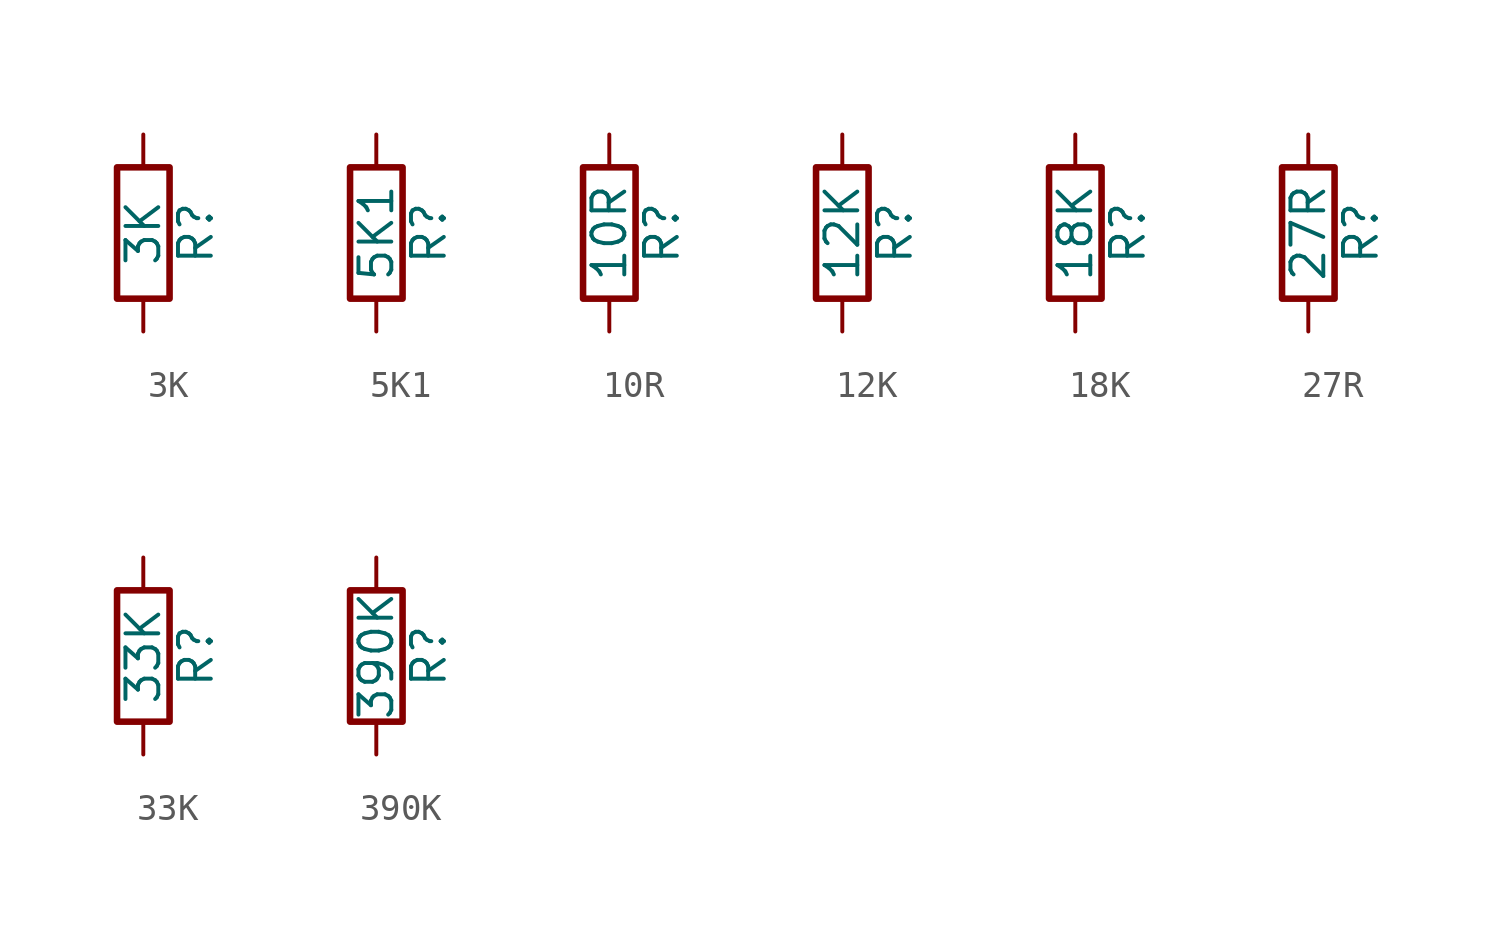
<source format=kicad_sym>
(kicad_symbol_lib
  (version 20220914)
  (generator kicad_db_lib)
  (symbol "3K"
    (pin_numbers hide)
    (pin_names
      (offset 0))
    (property "Reference" "R"
      (at 2.032 0 90)
      (effects (font (size 1.27 1.27))))
    (property "Value" "3K"
      (at 0 0 90)
      (effects (font (size 1.27 1.27))))
    (symbol "3K_0_1"
      (rectangle (start -1.016 -2.54) (end 1.016 2.54) (stroke (width 0.254) (type default)) (fill (type none))))
    (symbol "3K_1_1"
      (pin passive line (at 0 3.81 270) (length 1.27) (name "~" (effects (font (size 1.27 1.27)))) (number "1" (effects (font (size 1.27 1.27)))))
      (pin passive line (at 0 -3.81 90) (length 1.27) (name "~" (effects (font (size 1.27 1.27)))) (number "2" (effects (font (size 1.27 1.27)))))))
  (symbol "5K1"
    (pin_numbers hide)
    (pin_names
      (offset 0))
    (property "Reference" "R"
      (at 2.032 0 90)
      (effects (font (size 1.27 1.27))))
    (property "Value" "5K1"
      (at 0 0 90)
      (effects (font (size 1.27 1.27))))
    (symbol "5K1_0_1"
      (rectangle (start -1.016 -2.54) (end 1.016 2.54) (stroke (width 0.254) (type default)) (fill (type none))))
    (symbol "5K1_1_1"
      (pin passive line (at 0 3.81 270) (length 1.27) (name "~" (effects (font (size 1.27 1.27)))) (number "1" (effects (font (size 1.27 1.27)))))
      (pin passive line (at 0 -3.81 90) (length 1.27) (name "~" (effects (font (size 1.27 1.27)))) (number "2" (effects (font (size 1.27 1.27)))))))
  (symbol "10R"
    (pin_numbers hide)
    (pin_names
      (offset 0))
    (property "Reference" "R"
      (at 2.032 0 90)
      (effects (font (size 1.27 1.27))))
    (property "Value" "10R"
      (at 0 0 90)
      (effects (font (size 1.27 1.27))))
    (symbol "10R_0_1"
      (rectangle (start -1.016 -2.54) (end 1.016 2.54) (stroke (width 0.254) (type default)) (fill (type none))))
    (symbol "10R_1_1"
      (pin passive line (at 0 3.81 270) (length 1.27) (name "~" (effects (font (size 1.27 1.27)))) (number "1" (effects (font (size 1.27 1.27)))))
      (pin passive line (at 0 -3.81 90) (length 1.27) (name "~" (effects (font (size 1.27 1.27)))) (number "2" (effects (font (size 1.27 1.27)))))))
  (symbol "12K"
    (pin_numbers hide)
    (pin_names
      (offset 0))
    (property "Reference" "R"
      (at 2.032 0 90)
      (effects (font (size 1.27 1.27))))
    (property "Value" "12K"
      (at 0 0 90)
      (effects (font (size 1.27 1.27))))
    (symbol "12K_0_1"
      (rectangle (start -1.016 -2.54) (end 1.016 2.54) (stroke (width 0.254) (type default)) (fill (type none))))
    (symbol "12K_1_1"
      (pin passive line (at 0 3.81 270) (length 1.27) (name "~" (effects (font (size 1.27 1.27)))) (number "1" (effects (font (size 1.27 1.27)))))
      (pin passive line (at 0 -3.81 90) (length 1.27) (name "~" (effects (font (size 1.27 1.27)))) (number "2" (effects (font (size 1.27 1.27)))))))
  (symbol "18K"
    (pin_numbers hide)
    (pin_names
      (offset 0))
    (property "Reference" "R"
      (at 2.032 0 90)
      (effects (font (size 1.27 1.27))))
    (property "Value" "18K"
      (at 0 0 90)
      (effects (font (size 1.27 1.27))))
    (symbol "18K_0_1"
      (rectangle (start -1.016 -2.54) (end 1.016 2.54) (stroke (width 0.254) (type default)) (fill (type none))))
    (symbol "18K_1_1"
      (pin passive line (at 0 3.81 270) (length 1.27) (name "~" (effects (font (size 1.27 1.27)))) (number "1" (effects (font (size 1.27 1.27)))))
      (pin passive line (at 0 -3.81 90) (length 1.27) (name "~" (effects (font (size 1.27 1.27)))) (number "2" (effects (font (size 1.27 1.27)))))))
  (symbol "27R"
    (pin_numbers hide)
    (pin_names
      (offset 0))
    (property "Reference" "R"
      (at 2.032 0 90)
      (effects (font (size 1.27 1.27))))
    (property "Value" "27R"
      (at 0 0 90)
      (effects (font (size 1.27 1.27))))
    (symbol "27R_0_1"
      (rectangle (start -1.016 -2.54) (end 1.016 2.54) (stroke (width 0.254) (type default)) (fill (type none))))
    (symbol "27R_1_1"
      (pin passive line (at 0 3.81 270) (length 1.27) (name "~" (effects (font (size 1.27 1.27)))) (number "1" (effects (font (size 1.27 1.27)))))
      (pin passive line (at 0 -3.81 90) (length 1.27) (name "~" (effects (font (size 1.27 1.27)))) (number "2" (effects (font (size 1.27 1.27)))))))
  (symbol "33K"
    (pin_numbers hide)
    (pin_names
      (offset 0))
    (property "Reference" "R"
      (at 2.032 0 90)
      (effects (font (size 1.27 1.27))))
    (property "Value" "33K"
      (at 0 0 90)
      (effects (font (size 1.27 1.27))))
    (symbol "33K_0_1"
      (rectangle (start -1.016 -2.54) (end 1.016 2.54) (stroke (width 0.254) (type default)) (fill (type none))))
    (symbol "33K_1_1"
      (pin passive line (at 0 3.81 270) (length 1.27) (name "~" (effects (font (size 1.27 1.27)))) (number "1" (effects (font (size 1.27 1.27)))))
      (pin passive line (at 0 -3.81 90) (length 1.27) (name "~" (effects (font (size 1.27 1.27)))) (number "2" (effects (font (size 1.27 1.27)))))))
  (symbol "390K"
    (pin_numbers hide)
    (pin_names
      (offset 0))
    (property "Reference" "R"
      (at 2.032 0 90)
      (effects (font (size 1.27 1.27))))
    (property "Value" "390K"
      (at 0 0 90)
      (effects (font (size 1.27 1.27))))
    (symbol "390K_0_1"
      (rectangle (start -1.016 -2.54) (end 1.016 2.54) (stroke (width 0.254) (type default)) (fill (type none))))
    (symbol "390K_1_1"
      (pin passive line (at 0 3.81 270) (length 1.27) (name "~" (effects (font (size 1.27 1.27)))) (number "1" (effects (font (size 1.27 1.27)))))
      (pin passive line (at 0 -3.81 90) (length 1.27) (name "~" (effects (font (size 1.27 1.27)))) (number "2" (effects (font (size 1.27 1.27))))))))
</source>
